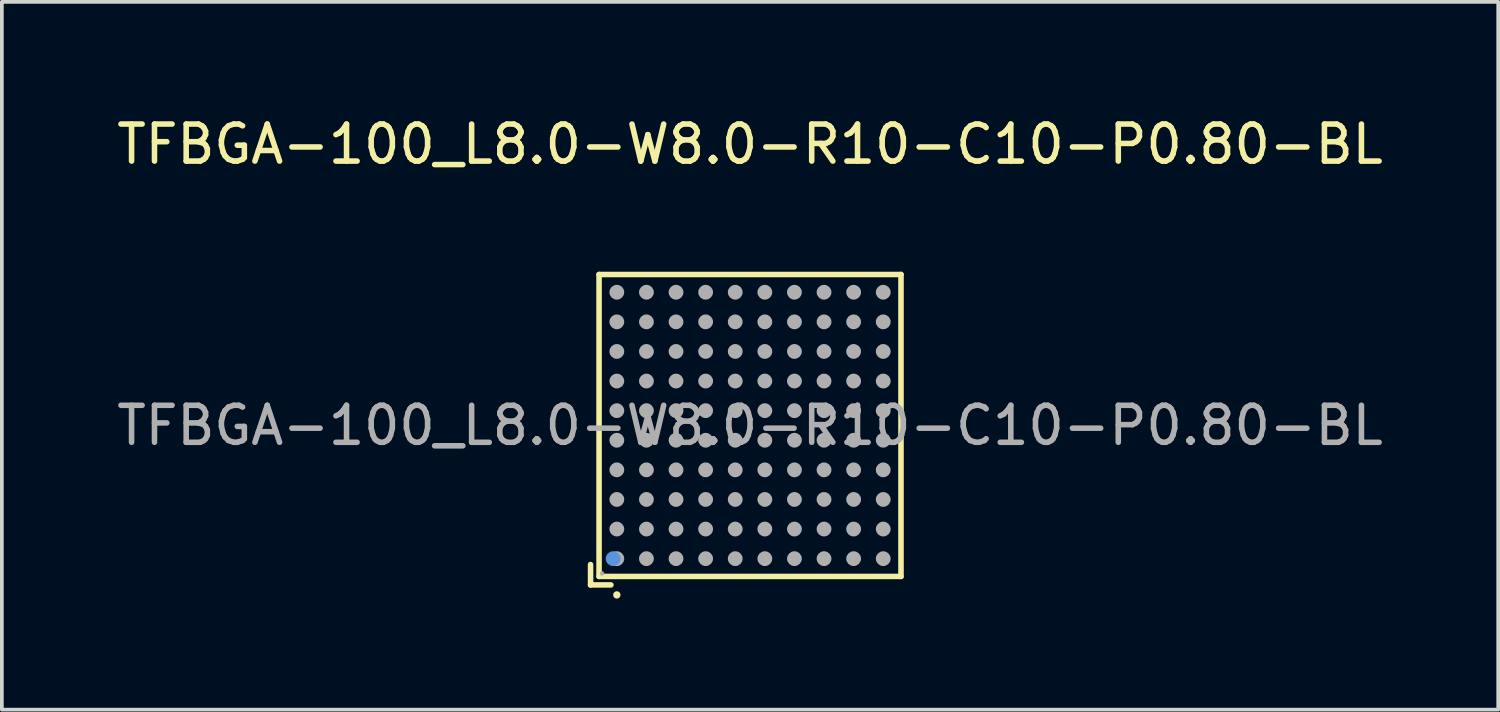
<source format=kicad_pcb>
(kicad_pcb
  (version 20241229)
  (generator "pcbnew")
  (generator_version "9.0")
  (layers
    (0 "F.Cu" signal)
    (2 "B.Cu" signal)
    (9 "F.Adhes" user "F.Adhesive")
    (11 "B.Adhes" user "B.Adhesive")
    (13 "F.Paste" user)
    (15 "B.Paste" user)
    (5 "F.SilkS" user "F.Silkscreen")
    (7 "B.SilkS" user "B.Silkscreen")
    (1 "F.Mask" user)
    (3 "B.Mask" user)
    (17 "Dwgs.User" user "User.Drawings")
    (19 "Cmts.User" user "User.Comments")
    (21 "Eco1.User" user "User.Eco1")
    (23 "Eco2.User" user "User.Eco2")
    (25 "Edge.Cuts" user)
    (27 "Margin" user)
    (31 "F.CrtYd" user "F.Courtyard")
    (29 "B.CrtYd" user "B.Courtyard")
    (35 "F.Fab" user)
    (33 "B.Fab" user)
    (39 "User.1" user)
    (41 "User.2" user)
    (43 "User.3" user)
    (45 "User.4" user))
  (footprint "TFBGA-100_L8.0-W8.0-R10-C10-P0.80-BL"
    (layer "F.Cu")
    (at 17.22 8.448)
    (property "Reference" "TFBGA-100_L8.0-W8.0-R10-C10-P0.80-BL" (at 0 -7.6 0) (layer "F.SilkS") (effects (font (size 1 1) (thickness 0.15))))
    (attr smd)
    (fp_line (start -4.31 4.31) (end -4.31 3.76) (stroke (width 0.15) (type solid)) (layer "F.SilkS"))
    (fp_line (start -4.08 -4.08) (end 4.08 -4.08) (stroke (width 0.15) (type solid)) (layer "F.SilkS"))
    (fp_line (start -4.08 4.08) (end -4.08 -4.08) (stroke (width 0.15) (type solid)) (layer "F.SilkS"))
    (fp_line (start -3.76 4.31) (end -4.31 4.31) (stroke (width 0.15) (type solid)) (layer "F.SilkS"))
    (fp_line (start 4.08 -4.08) (end 4.08 4.08) (stroke (width 0.15) (type solid)) (layer "F.SilkS"))
    (fp_line (start 4.08 4.08) (end -4.08 4.08) (stroke (width 0.15) (type solid)) (layer "F.SilkS"))
    (fp_circle (center -3.6 4.58) (end -3.55 4.58) (stroke (width 0.1) (type solid)) (fill no) (layer "F.SilkS"))
    (fp_circle (center -3.7 3.6) (end -3.6 3.6) (stroke (width 0.2) (type solid)) (fill no) (layer "Cmts.User"))
    (fp_circle (center -4 4) (end -3.97 4) (stroke (width 0.06) (type solid)) (fill no) (layer "F.Fab"))
    (fp_circle (center -3.6 -3.6) (end -3.5 -3.6) (stroke (width 0.2) (type solid)) (fill no) (layer "F.Fab"))
    (fp_circle (center -3.6 -2.8) (end -3.5 -2.8) (stroke (width 0.2) (type solid)) (fill no) (layer "F.Fab"))
    (fp_circle (center -3.6 -2) (end -3.5 -2) (stroke (width 0.2) (type solid)) (fill no) (layer "F.Fab"))
    (fp_circle (center -3.6 -1.2) (end -3.5 -1.2) (stroke (width 0.2) (type solid)) (fill no) (layer "F.Fab"))
    (fp_circle (center -3.6 -0.4) (end -3.5 -0.4) (stroke (width 0.2) (type solid)) (fill no) (layer "F.Fab"))
    (fp_circle (center -3.6 0.4) (end -3.5 0.4) (stroke (width 0.2) (type solid)) (fill no) (layer "F.Fab"))
    (fp_circle (center -3.6 1.2) (end -3.5 1.2) (stroke (width 0.2) (type solid)) (fill no) (layer "F.Fab"))
    (fp_circle (center -3.6 2) (end -3.5 2) (stroke (width 0.2) (type solid)) (fill no) (layer "F.Fab"))
    (fp_circle (center -3.6 2.8) (end -3.5 2.8) (stroke (width 0.2) (type solid)) (fill no) (layer "F.Fab"))
    (fp_circle (center -3.6 3.6) (end -3.5 3.6) (stroke (width 0.2) (type solid)) (fill no) (layer "F.Fab"))
    (fp_circle (center -2.8 -3.6) (end -2.7 -3.6) (stroke (width 0.2) (type solid)) (fill no) (layer "F.Fab"))
    (fp_circle (center -2.8 -2.8) (end -2.7 -2.8) (stroke (width 0.2) (type solid)) (fill no) (layer "F.Fab"))
    (fp_circle (center -2.8 -2) (end -2.7 -2) (stroke (width 0.2) (type solid)) (fill no) (layer "F.Fab"))
    (fp_circle (center -2.8 -1.2) (end -2.7 -1.2) (stroke (width 0.2) (type solid)) (fill no) (layer "F.Fab"))
    (fp_circle (center -2.8 -0.4) (end -2.7 -0.4) (stroke (width 0.2) (type solid)) (fill no) (layer "F.Fab"))
    (fp_circle (center -2.8 0.4) (end -2.7 0.4) (stroke (width 0.2) (type solid)) (fill no) (layer "F.Fab"))
    (fp_circle (center -2.8 1.2) (end -2.7 1.2) (stroke (width 0.2) (type solid)) (fill no) (layer "F.Fab"))
    (fp_circle (center -2.8 2) (end -2.7 2) (stroke (width 0.2) (type solid)) (fill no) (layer "F.Fab"))
    (fp_circle (center -2.8 2.8) (end -2.7 2.8) (stroke (width 0.2) (type solid)) (fill no) (layer "F.Fab"))
    (fp_circle (center -2.8 3.6) (end -2.7 3.6) (stroke (width 0.2) (type solid)) (fill no) (layer "F.Fab"))
    (fp_circle (center -2 -3.6) (end -1.9 -3.6) (stroke (width 0.2) (type solid)) (fill no) (layer "F.Fab"))
    (fp_circle (center -2 -2.8) (end -1.9 -2.8) (stroke (width 0.2) (type solid)) (fill no) (layer "F.Fab"))
    (fp_circle (center -2 -2) (end -1.9 -2) (stroke (width 0.2) (type solid)) (fill no) (layer "F.Fab"))
    (fp_circle (center -2 -1.2) (end -1.9 -1.2) (stroke (width 0.2) (type solid)) (fill no) (layer "F.Fab"))
    (fp_circle (center -2 -0.4) (end -1.9 -0.4) (stroke (width 0.2) (type solid)) (fill no) (layer "F.Fab"))
    (fp_circle (center -2 0.4) (end -1.9 0.4) (stroke (width 0.2) (type solid)) (fill no) (layer "F.Fab"))
    (fp_circle (center -2 1.2) (end -1.9 1.2) (stroke (width 0.2) (type solid)) (fill no) (layer "F.Fab"))
    (fp_circle (center -2 2) (end -1.9 2) (stroke (width 0.2) (type solid)) (fill no) (layer "F.Fab"))
    (fp_circle (center -2 2.8) (end -1.9 2.8) (stroke (width 0.2) (type solid)) (fill no) (layer "F.Fab"))
    (fp_circle (center -2 3.6) (end -1.9 3.6) (stroke (width 0.2) (type solid)) (fill no) (layer "F.Fab"))
    (fp_circle (center -1.2 -3.6) (end -1.1 -3.6) (stroke (width 0.2) (type solid)) (fill no) (layer "F.Fab"))
    (fp_circle (center -1.2 -2.8) (end -1.1 -2.8) (stroke (width 0.2) (type solid)) (fill no) (layer "F.Fab"))
    (fp_circle (center -1.2 -2) (end -1.1 -2) (stroke (width 0.2) (type solid)) (fill no) (layer "F.Fab"))
    (fp_circle (center -1.2 -1.2) (end -1.1 -1.2) (stroke (width 0.2) (type solid)) (fill no) (layer "F.Fab"))
    (fp_circle (center -1.2 -0.4) (end -1.1 -0.4) (stroke (width 0.2) (type solid)) (fill no) (layer "F.Fab"))
    (fp_circle (center -1.2 0.4) (end -1.1 0.4) (stroke (width 0.2) (type solid)) (fill no) (layer "F.Fab"))
    (fp_circle (center -1.2 1.2) (end -1.1 1.2) (stroke (width 0.2) (type solid)) (fill no) (layer "F.Fab"))
    (fp_circle (center -1.2 2) (end -1.1 2) (stroke (width 0.2) (type solid)) (fill no) (layer "F.Fab"))
    (fp_circle (center -1.2 2.8) (end -1.1 2.8) (stroke (width 0.2) (type solid)) (fill no) (layer "F.Fab"))
    (fp_circle (center -1.2 3.6) (end -1.1 3.6) (stroke (width 0.2) (type solid)) (fill no) (layer "F.Fab"))
    (fp_circle (center -0.4 -3.6) (end -0.3 -3.6) (stroke (width 0.2) (type solid)) (fill no) (layer "F.Fab"))
    (fp_circle (center -0.4 -2.8) (end -0.3 -2.8) (stroke (width 0.2) (type solid)) (fill no) (layer "F.Fab"))
    (fp_circle (center -0.4 -2) (end -0.3 -2) (stroke (width 0.2) (type solid)) (fill no) (layer "F.Fab"))
    (fp_circle (center -0.4 -1.2) (end -0.3 -1.2) (stroke (width 0.2) (type solid)) (fill no) (layer "F.Fab"))
    (fp_circle (center -0.4 -0.4) (end -0.3 -0.4) (stroke (width 0.2) (type solid)) (fill no) (layer "F.Fab"))
    (fp_circle (center -0.4 0.4) (end -0.3 0.4) (stroke (width 0.2) (type solid)) (fill no) (layer "F.Fab"))
    (fp_circle (center -0.4 1.2) (end -0.3 1.2) (stroke (width 0.2) (type solid)) (fill no) (layer "F.Fab"))
    (fp_circle (center -0.4 2) (end -0.3 2) (stroke (width 0.2) (type solid)) (fill no) (layer "F.Fab"))
    (fp_circle (center -0.4 2.8) (end -0.3 2.8) (stroke (width 0.2) (type solid)) (fill no) (layer "F.Fab"))
    (fp_circle (center -0.4 3.6) (end -0.3 3.6) (stroke (width 0.2) (type solid)) (fill no) (layer "F.Fab"))
    (fp_circle (center 0.4 -3.6) (end 0.5 -3.6) (stroke (width 0.2) (type solid)) (fill no) (layer "F.Fab"))
    (fp_circle (center 0.4 -2.8) (end 0.5 -2.8) (stroke (width 0.2) (type solid)) (fill no) (layer "F.Fab"))
    (fp_circle (center 0.4 -2) (end 0.5 -2) (stroke (width 0.2) (type solid)) (fill no) (layer "F.Fab"))
    (fp_circle (center 0.4 -1.2) (end 0.5 -1.2) (stroke (width 0.2) (type solid)) (fill no) (layer "F.Fab"))
    (fp_circle (center 0.4 -0.4) (end 0.5 -0.4) (stroke (width 0.2) (type solid)) (fill no) (layer "F.Fab"))
    (fp_circle (center 0.4 0.4) (end 0.5 0.4) (stroke (width 0.2) (type solid)) (fill no) (layer "F.Fab"))
    (fp_circle (center 0.4 1.2) (end 0.5 1.2) (stroke (width 0.2) (type solid)) (fill no) (layer "F.Fab"))
    (fp_circle (center 0.4 2) (end 0.5 2) (stroke (width 0.2) (type solid)) (fill no) (layer "F.Fab"))
    (fp_circle (center 0.4 2.8) (end 0.5 2.8) (stroke (width 0.2) (type solid)) (fill no) (layer "F.Fab"))
    (fp_circle (center 0.4 3.6) (end 0.5 3.6) (stroke (width 0.2) (type solid)) (fill no) (layer "F.Fab"))
    (fp_circle (center 1.2 -3.6) (end 1.3 -3.6) (stroke (width 0.2) (type solid)) (fill no) (layer "F.Fab"))
    (fp_circle (center 1.2 -2.8) (end 1.3 -2.8) (stroke (width 0.2) (type solid)) (fill no) (layer "F.Fab"))
    (fp_circle (center 1.2 -2) (end 1.3 -2) (stroke (width 0.2) (type solid)) (fill no) (layer "F.Fab"))
    (fp_circle (center 1.2 -1.2) (end 1.3 -1.2) (stroke (width 0.2) (type solid)) (fill no) (layer "F.Fab"))
    (fp_circle (center 1.2 -0.4) (end 1.3 -0.4) (stroke (width 0.2) (type solid)) (fill no) (layer "F.Fab"))
    (fp_circle (center 1.2 0.4) (end 1.3 0.4) (stroke (width 0.2) (type solid)) (fill no) (layer "F.Fab"))
    (fp_circle (center 1.2 1.2) (end 1.3 1.2) (stroke (width 0.2) (type solid)) (fill no) (layer "F.Fab"))
    (fp_circle (center 1.2 2) (end 1.3 2) (stroke (width 0.2) (type solid)) (fill no) (layer "F.Fab"))
    (fp_circle (center 1.2 2.8) (end 1.3 2.8) (stroke (width 0.2) (type solid)) (fill no) (layer "F.Fab"))
    (fp_circle (center 1.2 3.6) (end 1.3 3.6) (stroke (width 0.2) (type solid)) (fill no) (layer "F.Fab"))
    (fp_circle (center 2 -3.6) (end 2.1 -3.6) (stroke (width 0.2) (type solid)) (fill no) (layer "F.Fab"))
    (fp_circle (center 2 -2.8) (end 2.1 -2.8) (stroke (width 0.2) (type solid)) (fill no) (layer "F.Fab"))
    (fp_circle (center 2 -2) (end 2.1 -2) (stroke (width 0.2) (type solid)) (fill no) (layer "F.Fab"))
    (fp_circle (center 2 -1.2) (end 2.1 -1.2) (stroke (width 0.2) (type solid)) (fill no) (layer "F.Fab"))
    (fp_circle (center 2 -0.4) (end 2.1 -0.4) (stroke (width 0.2) (type solid)) (fill no) (layer "F.Fab"))
    (fp_circle (center 2 0.4) (end 2.1 0.4) (stroke (width 0.2) (type solid)) (fill no) (layer "F.Fab"))
    (fp_circle (center 2 1.2) (end 2.1 1.2) (stroke (width 0.2) (type solid)) (fill no) (layer "F.Fab"))
    (fp_circle (center 2 2) (end 2.1 2) (stroke (width 0.2) (type solid)) (fill no) (layer "F.Fab"))
    (fp_circle (center 2 2.8) (end 2.1 2.8) (stroke (width 0.2) (type solid)) (fill no) (layer "F.Fab"))
    (fp_circle (center 2 3.6) (end 2.1 3.6) (stroke (width 0.2) (type solid)) (fill no) (layer "F.Fab"))
    (fp_circle (center 2.8 -3.6) (end 2.9 -3.6) (stroke (width 0.2) (type solid)) (fill no) (layer "F.Fab"))
    (fp_circle (center 2.8 -2.8) (end 2.9 -2.8) (stroke (width 0.2) (type solid)) (fill no) (layer "F.Fab"))
    (fp_circle (center 2.8 -2) (end 2.9 -2) (stroke (width 0.2) (type solid)) (fill no) (layer "F.Fab"))
    (fp_circle (center 2.8 -1.2) (end 2.9 -1.2) (stroke (width 0.2) (type solid)) (fill no) (layer "F.Fab"))
    (fp_circle (center 2.8 -0.4) (end 2.9 -0.4) (stroke (width 0.2) (type solid)) (fill no) (layer "F.Fab"))
    (fp_circle (center 2.8 0.4) (end 2.9 0.4) (stroke (width 0.2) (type solid)) (fill no) (layer "F.Fab"))
    (fp_circle (center 2.8 1.2) (end 2.9 1.2) (stroke (width 0.2) (type solid)) (fill no) (layer "F.Fab"))
    (fp_circle (center 2.8 2) (end 2.9 2) (stroke (width 0.2) (type solid)) (fill no) (layer "F.Fab"))
    (fp_circle (center 2.8 2.8) (end 2.9 2.8) (stroke (width 0.2) (type solid)) (fill no) (layer "F.Fab"))
    (fp_circle (center 2.8 3.6) (end 2.9 3.6) (stroke (width 0.2) (type solid)) (fill no) (layer "F.Fab"))
    (fp_circle (center 3.6 -3.6) (end 3.7 -3.6) (stroke (width 0.2) (type solid)) (fill no) (layer "F.Fab"))
    (fp_circle (center 3.6 -2.8) (end 3.7 -2.8) (stroke (width 0.2) (type solid)) (fill no) (layer "F.Fab"))
    (fp_circle (center 3.6 -2) (end 3.7 -2) (stroke (width 0.2) (type solid)) (fill no) (layer "F.Fab"))
    (fp_circle (center 3.6 -1.2) (end 3.7 -1.2) (stroke (width 0.2) (type solid)) (fill no) (layer "F.Fab"))
    (fp_circle (center 3.6 -0.4) (end 3.7 -0.4) (stroke (width 0.2) (type solid)) (fill no) (layer "F.Fab"))
    (fp_circle (center 3.6 0.4) (end 3.7 0.4) (stroke (width 0.2) (type solid)) (fill no) (layer "F.Fab"))
    (fp_circle (center 3.6 1.2) (end 3.7 1.2) (stroke (width 0.2) (type solid)) (fill no) (layer "F.Fab"))
    (fp_circle (center 3.6 2) (end 3.7 2) (stroke (width 0.2) (type solid)) (fill no) (layer "F.Fab"))
    (fp_circle (center 3.6 2.8) (end 3.7 2.8) (stroke (width 0.2) (type solid)) (fill no) (layer "F.Fab"))
    (fp_circle (center 3.6 3.6) (end 3.7 3.6) (stroke (width 0.2) (type solid)) (fill no) (layer "F.Fab"))
    (fp_text user "${REFERENCE}" (at 0 0 0) (layer "F.Fab") (effects (font (size 1 1) (thickness 0.15))))
    (pad "A1" smd circle (at -3.6 3.6 90) (size 0.32 0.32) (layers "F.Cu" "F.Mask" "F.Paste"))
    (pad "A2" smd circle (at -3.6 2.8 90) (size 0.32 0.32) (layers "F.Cu" "F.Mask" "F.Paste"))
    (pad "A3" smd circle (at -3.6 2 90) (size 0.32 0.32) (layers "F.Cu" "F.Mask" "F.Paste"))
    (pad "A4" smd circle (at -3.6 1.2 90) (size 0.32 0.32) (layers "F.Cu" "F.Mask" "F.Paste"))
    (pad "A5" smd circle (at -3.6 0.4 90) (size 0.32 0.32) (layers "F.Cu" "F.Mask" "F.Paste"))
    (pad "A6" smd circle (at -3.6 -0.4 90) (size 0.32 0.32) (layers "F.Cu" "F.Mask" "F.Paste"))
    (pad "A7" smd circle (at -3.6 -1.2 90) (size 0.32 0.32) (layers "F.Cu" "F.Mask" "F.Paste"))
    (pad "A8" smd circle (at -3.6 -2 90) (size 0.32 0.32) (layers "F.Cu" "F.Mask" "F.Paste"))
    (pad "A9" smd circle (at -3.6 -2.8 90) (size 0.32 0.32) (layers "F.Cu" "F.Mask" "F.Paste"))
    (pad "A10" smd circle (at -3.6 -3.6 90) (size 0.32 0.32) (layers "F.Cu" "F.Mask" "F.Paste"))
    (pad "B1" smd circle (at -2.8 3.6 90) (size 0.32 0.32) (layers "F.Cu" "F.Mask" "F.Paste"))
    (pad "B2" smd circle (at -2.8 2.8 90) (size 0.32 0.32) (layers "F.Cu" "F.Mask" "F.Paste"))
    (pad "B3" smd circle (at -2.8 2 90) (size 0.32 0.32) (layers "F.Cu" "F.Mask" "F.Paste"))
    (pad "B4" smd circle (at -2.8 1.2 90) (size 0.32 0.32) (layers "F.Cu" "F.Mask" "F.Paste"))
    (pad "B5" smd circle (at -2.8 0.4 90) (size 0.32 0.32) (layers "F.Cu" "F.Mask" "F.Paste"))
    (pad "B6" smd circle (at -2.8 -0.4 90) (size 0.32 0.32) (layers "F.Cu" "F.Mask" "F.Paste"))
    (pad "B7" smd circle (at -2.8 -1.2 90) (size 0.32 0.32) (layers "F.Cu" "F.Mask" "F.Paste"))
    (pad "B8" smd circle (at -2.8 -2 90) (size 0.32 0.32) (layers "F.Cu" "F.Mask" "F.Paste"))
    (pad "B9" smd circle (at -2.8 -2.8 90) (size 0.32 0.32) (layers "F.Cu" "F.Mask" "F.Paste"))
    (pad "B10" smd circle (at -2.8 -3.6 90) (size 0.32 0.32) (layers "F.Cu" "F.Mask" "F.Paste"))
    (pad "C1" smd circle (at -2 3.6 90) (size 0.32 0.32) (layers "F.Cu" "F.Mask" "F.Paste"))
    (pad "C2" smd circle (at -2 2.8 90) (size 0.32 0.32) (layers "F.Cu" "F.Mask" "F.Paste"))
    (pad "C3" smd circle (at -2 2 90) (size 0.32 0.32) (layers "F.Cu" "F.Mask" "F.Paste"))
    (pad "C4" smd circle (at -2 1.2 90) (size 0.32 0.32) (layers "F.Cu" "F.Mask" "F.Paste"))
    (pad "C5" smd circle (at -2 0.4 90) (size 0.32 0.32) (layers "F.Cu" "F.Mask" "F.Paste"))
    (pad "C6" smd circle (at -2 -0.4 90) (size 0.32 0.32) (layers "F.Cu" "F.Mask" "F.Paste"))
    (pad "C7" smd circle (at -2 -1.2 90) (size 0.32 0.32) (layers "F.Cu" "F.Mask" "F.Paste"))
    (pad "C8" smd circle (at -2 -2 90) (size 0.32 0.32) (layers "F.Cu" "F.Mask" "F.Paste"))
    (pad "C9" smd circle (at -2 -2.8 90) (size 0.32 0.32) (layers "F.Cu" "F.Mask" "F.Paste"))
    (pad "C10" smd circle (at -2 -3.6 90) (size 0.32 0.32) (layers "F.Cu" "F.Mask" "F.Paste"))
    (pad "D1" smd circle (at -1.2 3.6 90) (size 0.32 0.32) (layers "F.Cu" "F.Mask" "F.Paste"))
    (pad "D2" smd circle (at -1.2 2.8 90) (size 0.32 0.32) (layers "F.Cu" "F.Mask" "F.Paste"))
    (pad "D3" smd circle (at -1.2 2 90) (size 0.32 0.32) (layers "F.Cu" "F.Mask" "F.Paste"))
    (pad "D4" smd circle (at -1.2 1.2 90) (size 0.32 0.32) (layers "F.Cu" "F.Mask" "F.Paste"))
    (pad "D5" smd circle (at -1.2 0.4 90) (size 0.32 0.32) (layers "F.Cu" "F.Mask" "F.Paste"))
    (pad "D6" smd circle (at -1.2 -0.4 90) (size 0.32 0.32) (layers "F.Cu" "F.Mask" "F.Paste"))
    (pad "D7" smd circle (at -1.2 -1.2 90) (size 0.32 0.32) (layers "F.Cu" "F.Mask" "F.Paste"))
    (pad "D8" smd circle (at -1.2 -2 90) (size 0.32 0.32) (layers "F.Cu" "F.Mask" "F.Paste"))
    (pad "D9" smd circle (at -1.2 -2.8 90) (size 0.32 0.32) (layers "F.Cu" "F.Mask" "F.Paste"))
    (pad "D10" smd circle (at -1.2 -3.6 90) (size 0.32 0.32) (layers "F.Cu" "F.Mask" "F.Paste"))
    (pad "E1" smd circle (at -0.4 3.6 90) (size 0.32 0.32) (layers "F.Cu" "F.Mask" "F.Paste"))
    (pad "E2" smd circle (at -0.4 2.8 90) (size 0.32 0.32) (layers "F.Cu" "F.Mask" "F.Paste"))
    (pad "E3" smd circle (at -0.4 2 90) (size 0.32 0.32) (layers "F.Cu" "F.Mask" "F.Paste"))
    (pad "E4" smd circle (at -0.4 1.2 90) (size 0.32 0.32) (layers "F.Cu" "F.Mask" "F.Paste"))
    (pad "E5" smd circle (at -0.4 0.4 90) (size 0.32 0.32) (layers "F.Cu" "F.Mask" "F.Paste"))
    (pad "E6" smd circle (at -0.4 -0.4 90) (size 0.32 0.32) (layers "F.Cu" "F.Mask" "F.Paste"))
    (pad "E7" smd circle (at -0.4 -1.2 90) (size 0.32 0.32) (layers "F.Cu" "F.Mask" "F.Paste"))
    (pad "E8" smd circle (at -0.4 -2 90) (size 0.32 0.32) (layers "F.Cu" "F.Mask" "F.Paste"))
    (pad "E9" smd circle (at -0.4 -2.8 90) (size 0.32 0.32) (layers "F.Cu" "F.Mask" "F.Paste"))
    (pad "E10" smd circle (at -0.4 -3.6 90) (size 0.32 0.32) (layers "F.Cu" "F.Mask" "F.Paste"))
    (pad "F1" smd circle (at 0.4 3.6 90) (size 0.32 0.32) (layers "F.Cu" "F.Mask" "F.Paste"))
    (pad "F2" smd circle (at 0.4 2.8 90) (size 0.32 0.32) (layers "F.Cu" "F.Mask" "F.Paste"))
    (pad "F3" smd circle (at 0.4 2 90) (size 0.32 0.32) (layers "F.Cu" "F.Mask" "F.Paste"))
    (pad "F4" smd circle (at 0.4 1.2 90) (size 0.32 0.32) (layers "F.Cu" "F.Mask" "F.Paste"))
    (pad "F5" smd circle (at 0.4 0.4 90) (size 0.32 0.32) (layers "F.Cu" "F.Mask" "F.Paste"))
    (pad "F6" smd circle (at 0.4 -0.4 90) (size 0.32 0.32) (layers "F.Cu" "F.Mask" "F.Paste"))
    (pad "F7" smd circle (at 0.4 -1.2 90) (size 0.32 0.32) (layers "F.Cu" "F.Mask" "F.Paste"))
    (pad "F8" smd circle (at 0.4 -2 90) (size 0.32 0.32) (layers "F.Cu" "F.Mask" "F.Paste"))
    (pad "F9" smd circle (at 0.4 -2.8 90) (size 0.32 0.32) (layers "F.Cu" "F.Mask" "F.Paste"))
    (pad "F10" smd circle (at 0.4 -3.6 90) (size 0.32 0.32) (layers "F.Cu" "F.Mask" "F.Paste"))
    (pad "G1" smd circle (at 1.2 3.6 90) (size 0.32 0.32) (layers "F.Cu" "F.Mask" "F.Paste"))
    (pad "G2" smd circle (at 1.2 2.8 90) (size 0.32 0.32) (layers "F.Cu" "F.Mask" "F.Paste"))
    (pad "G3" smd circle (at 1.2 2 90) (size 0.32 0.32) (layers "F.Cu" "F.Mask" "F.Paste"))
    (pad "G4" smd circle (at 1.2 1.2 90) (size 0.32 0.32) (layers "F.Cu" "F.Mask" "F.Paste"))
    (pad "G5" smd circle (at 1.2 0.4 90) (size 0.32 0.32) (layers "F.Cu" "F.Mask" "F.Paste"))
    (pad "G6" smd circle (at 1.2 -0.4 90) (size 0.32 0.32) (layers "F.Cu" "F.Mask" "F.Paste"))
    (pad "G7" smd circle (at 1.2 -1.2 90) (size 0.32 0.32) (layers "F.Cu" "F.Mask" "F.Paste"))
    (pad "G8" smd circle (at 1.2 -2 90) (size 0.32 0.32) (layers "F.Cu" "F.Mask" "F.Paste"))
    (pad "G9" smd circle (at 1.2 -2.8 90) (size 0.32 0.32) (layers "F.Cu" "F.Mask" "F.Paste"))
    (pad "G10" smd circle (at 1.2 -3.6 90) (size 0.32 0.32) (layers "F.Cu" "F.Mask" "F.Paste"))
    (pad "H1" smd circle (at 2 3.6 90) (size 0.32 0.32) (layers "F.Cu" "F.Mask" "F.Paste"))
    (pad "H2" smd circle (at 2 2.8 90) (size 0.32 0.32) (layers "F.Cu" "F.Mask" "F.Paste"))
    (pad "H3" smd circle (at 2 2 90) (size 0.32 0.32) (layers "F.Cu" "F.Mask" "F.Paste"))
    (pad "H4" smd circle (at 2 1.2 90) (size 0.32 0.32) (layers "F.Cu" "F.Mask" "F.Paste"))
    (pad "H5" smd circle (at 2 0.4 90) (size 0.32 0.32) (layers "F.Cu" "F.Mask" "F.Paste"))
    (pad "H6" smd circle (at 2 -0.4 90) (size 0.32 0.32) (layers "F.Cu" "F.Mask" "F.Paste"))
    (pad "H7" smd circle (at 2 -1.2 90) (size 0.32 0.32) (layers "F.Cu" "F.Mask" "F.Paste"))
    (pad "H8" smd circle (at 2 -2 90) (size 0.32 0.32) (layers "F.Cu" "F.Mask" "F.Paste"))
    (pad "H9" smd circle (at 2 -2.8 90) (size 0.32 0.32) (layers "F.Cu" "F.Mask" "F.Paste"))
    (pad "H10" smd circle (at 2 -3.6 90) (size 0.32 0.32) (layers "F.Cu" "F.Mask" "F.Paste"))
    (pad "J1" smd circle (at 2.8 3.6 90) (size 0.32 0.32) (layers "F.Cu" "F.Mask" "F.Paste"))
    (pad "J2" smd circle (at 2.8 2.8 90) (size 0.32 0.32) (layers "F.Cu" "F.Mask" "F.Paste"))
    (pad "J3" smd circle (at 2.8 2 90) (size 0.32 0.32) (layers "F.Cu" "F.Mask" "F.Paste"))
    (pad "J4" smd circle (at 2.8 1.2 90) (size 0.32 0.32) (layers "F.Cu" "F.Mask" "F.Paste"))
    (pad "J5" smd circle (at 2.8 0.4 90) (size 0.32 0.32) (layers "F.Cu" "F.Mask" "F.Paste"))
    (pad "J6" smd circle (at 2.8 -0.4 90) (size 0.32 0.32) (layers "F.Cu" "F.Mask" "F.Paste"))
    (pad "J7" smd circle (at 2.8 -1.2 90) (size 0.32 0.32) (layers "F.Cu" "F.Mask" "F.Paste"))
    (pad "J8" smd circle (at 2.8 -2 90) (size 0.32 0.32) (layers "F.Cu" "F.Mask" "F.Paste"))
    (pad "J9" smd circle (at 2.8 -2.8 90) (size 0.32 0.32) (layers "F.Cu" "F.Mask" "F.Paste"))
    (pad "J10" smd circle (at 2.8 -3.6 90) (size 0.32 0.32) (layers "F.Cu" "F.Mask" "F.Paste"))
    (pad "K1" smd circle (at 3.6 3.6 90) (size 0.32 0.32) (layers "F.Cu" "F.Mask" "F.Paste"))
    (pad "K2" smd circle (at 3.6 2.8 90) (size 0.32 0.32) (layers "F.Cu" "F.Mask" "F.Paste"))
    (pad "K3" smd circle (at 3.6 2 90) (size 0.32 0.32) (layers "F.Cu" "F.Mask" "F.Paste"))
    (pad "K4" smd circle (at 3.6 1.2 90) (size 0.32 0.32) (layers "F.Cu" "F.Mask" "F.Paste"))
    (pad "K5" smd circle (at 3.6 0.4 90) (size 0.32 0.32) (layers "F.Cu" "F.Mask" "F.Paste"))
    (pad "K6" smd circle (at 3.6 -0.4 90) (size 0.32 0.32) (layers "F.Cu" "F.Mask" "F.Paste"))
    (pad "K7" smd circle (at 3.6 -1.2 90) (size 0.32 0.32) (layers "F.Cu" "F.Mask" "F.Paste"))
    (pad "K8" smd circle (at 3.6 -2 90) (size 0.32 0.32) (layers "F.Cu" "F.Mask" "F.Paste"))
    (pad "K9" smd circle (at 3.6 -2.8 90) (size 0.32 0.32) (layers "F.Cu" "F.Mask" "F.Paste"))
    (pad "K10" smd circle (at 3.6 -3.6 90) (size 0.32 0.32) (layers "F.Cu" "F.Mask" "F.Paste")))
  (gr_rect
    (start -3 -3)
    (end 37.44 16.128)
    (stroke (width 0.1) (type default))
    (fill no)
    (layer "Edge.Cuts")))
</source>
